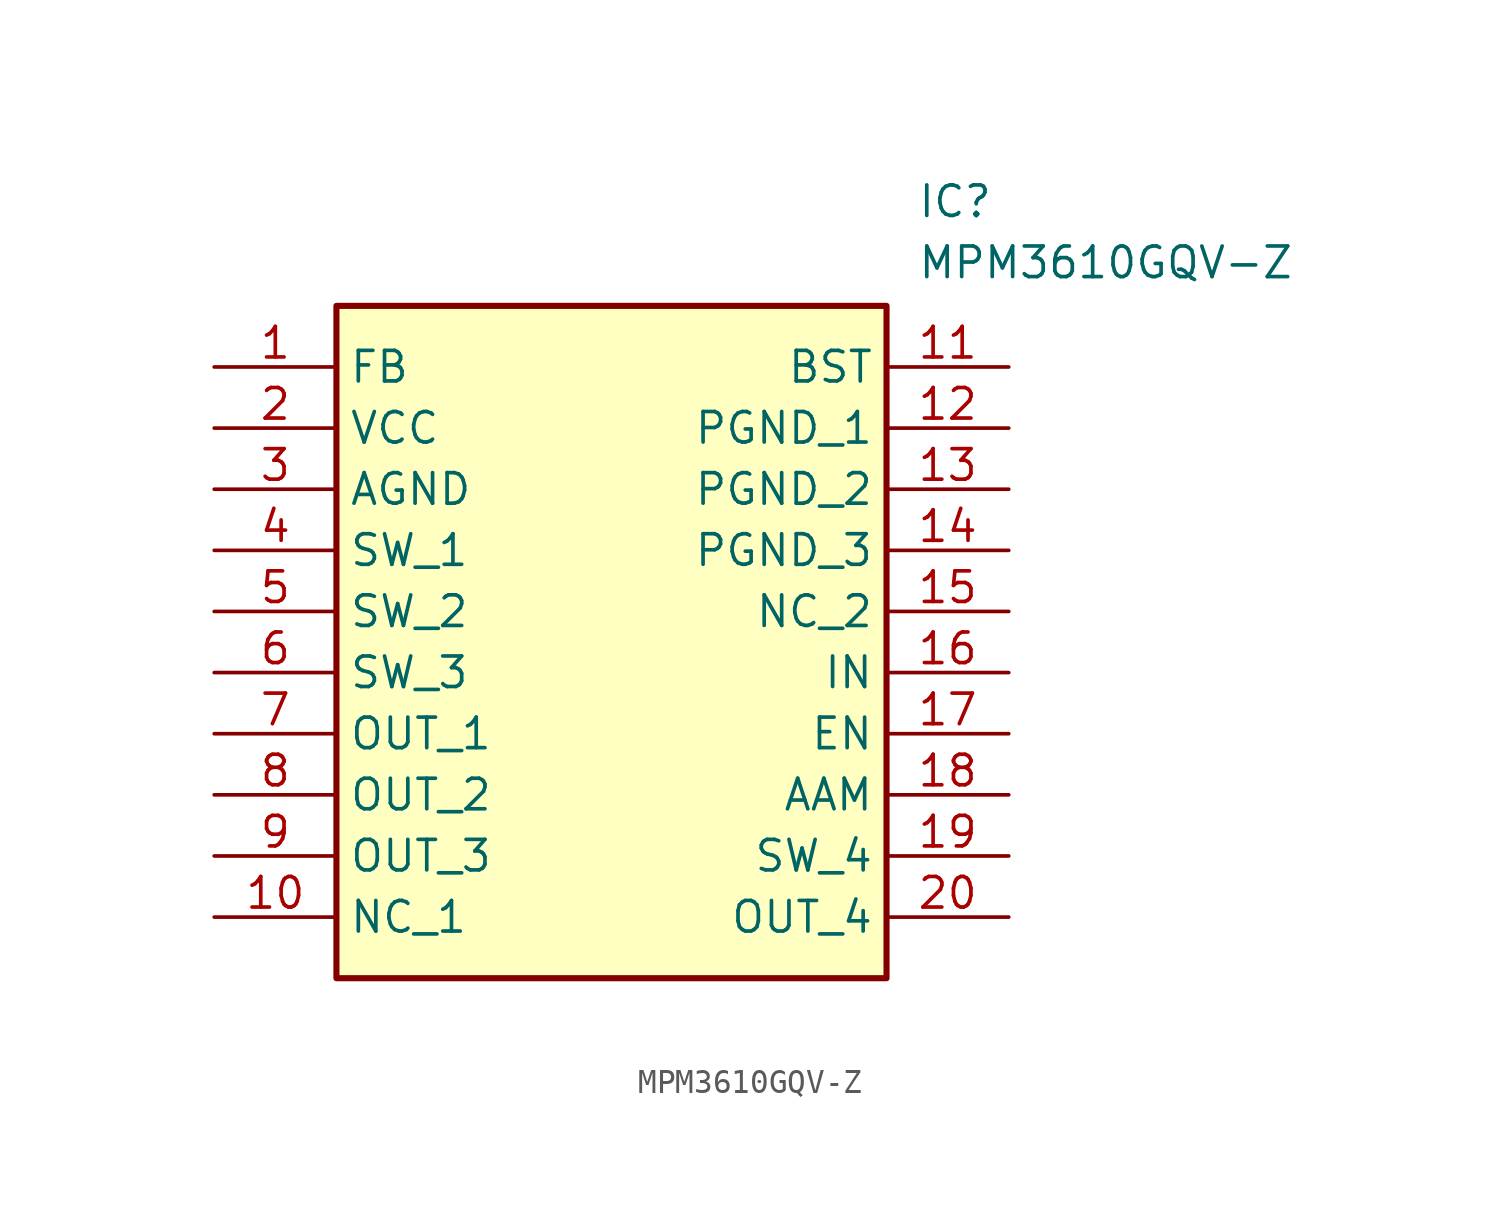
<source format=kicad_sym>
(kicad_symbol_lib
  (version 20211014)
  (generator SamacSys_ECAD_Model)
  (symbol "MPM3610GQV-Z"
    (property "Reference" "IC"
      (at 29.21 7.62 0)
      (effects (font (size 1.27 1.27)) (justify left top)))
    (property "Value" "MPM3610GQV-Z"
      (at 29.21 5.08 0)
      (effects (font (size 1.27 1.27)) (justify left top)))
    (rectangle
      (start 5.08 2.54)
      (end 27.94 -25.4)
      (stroke (width 0.254) (type default))
      (fill (type background)))
    (pin passive line
      (at 0 0 0)
      (length 5.08)
      (name "FB" (effects (font (size 1.27 1.27))))
      (number "1" (effects (font (size 1.27 1.27)))))
    (pin passive line
      (at 0 -2.54 0)
      (length 5.08)
      (name "VCC" (effects (font (size 1.27 1.27))))
      (number "2" (effects (font (size 1.27 1.27)))))
    (pin passive line
      (at 0 -5.08 0)
      (length 5.08)
      (name "AGND" (effects (font (size 1.27 1.27))))
      (number "3" (effects (font (size 1.27 1.27)))))
    (pin passive line
      (at 0 -7.62 0)
      (length 5.08)
      (name "SW_1" (effects (font (size 1.27 1.27))))
      (number "4" (effects (font (size 1.27 1.27)))))
    (pin passive line
      (at 0 -10.16 0)
      (length 5.08)
      (name "SW_2" (effects (font (size 1.27 1.27))))
      (number "5" (effects (font (size 1.27 1.27)))))
    (pin passive line
      (at 0 -12.7 0)
      (length 5.08)
      (name "SW_3" (effects (font (size 1.27 1.27))))
      (number "6" (effects (font (size 1.27 1.27)))))
    (pin passive line
      (at 0 -15.24 0)
      (length 5.08)
      (name "OUT_1" (effects (font (size 1.27 1.27))))
      (number "7" (effects (font (size 1.27 1.27)))))
    (pin passive line
      (at 0 -17.78 0)
      (length 5.08)
      (name "OUT_2" (effects (font (size 1.27 1.27))))
      (number "8" (effects (font (size 1.27 1.27)))))
    (pin passive line
      (at 0 -20.32 0)
      (length 5.08)
      (name "OUT_3" (effects (font (size 1.27 1.27))))
      (number "9" (effects (font (size 1.27 1.27)))))
    (pin passive line
      (at 0 -22.86 0)
      (length 5.08)
      (name "NC_1" (effects (font (size 1.27 1.27))))
      (number "10" (effects (font (size 1.27 1.27)))))
    (pin passive line
      (at 33.02 0 180)
      (length 5.08)
      (name "BST" (effects (font (size 1.27 1.27))))
      (number "11" (effects (font (size 1.27 1.27)))))
    (pin passive line
      (at 33.02 -2.54 180)
      (length 5.08)
      (name "PGND_1" (effects (font (size 1.27 1.27))))
      (number "12" (effects (font (size 1.27 1.27)))))
    (pin passive line
      (at 33.02 -5.08 180)
      (length 5.08)
      (name "PGND_2" (effects (font (size 1.27 1.27))))
      (number "13" (effects (font (size 1.27 1.27)))))
    (pin passive line
      (at 33.02 -7.62 180)
      (length 5.08)
      (name "PGND_3" (effects (font (size 1.27 1.27))))
      (number "14" (effects (font (size 1.27 1.27)))))
    (pin passive line
      (at 33.02 -10.16 180)
      (length 5.08)
      (name "NC_2" (effects (font (size 1.27 1.27))))
      (number "15" (effects (font (size 1.27 1.27)))))
    (pin passive line
      (at 33.02 -12.7 180)
      (length 5.08)
      (name "IN" (effects (font (size 1.27 1.27))))
      (number "16" (effects (font (size 1.27 1.27)))))
    (pin passive line
      (at 33.02 -15.24 180)
      (length 5.08)
      (name "EN" (effects (font (size 1.27 1.27))))
      (number "17" (effects (font (size 1.27 1.27)))))
    (pin passive line
      (at 33.02 -17.78 180)
      (length 5.08)
      (name "AAM" (effects (font (size 1.27 1.27))))
      (number "18" (effects (font (size 1.27 1.27)))))
    (pin passive line
      (at 33.02 -20.32 180)
      (length 5.08)
      (name "SW_4" (effects (font (size 1.27 1.27))))
      (number "19" (effects (font (size 1.27 1.27)))))
    (pin passive line
      (at 33.02 -22.86 180)
      (length 5.08)
      (name "OUT_4" (effects (font (size 1.27 1.27))))
      (number "20" (effects (font (size 1.27 1.27)))))))
</source>
